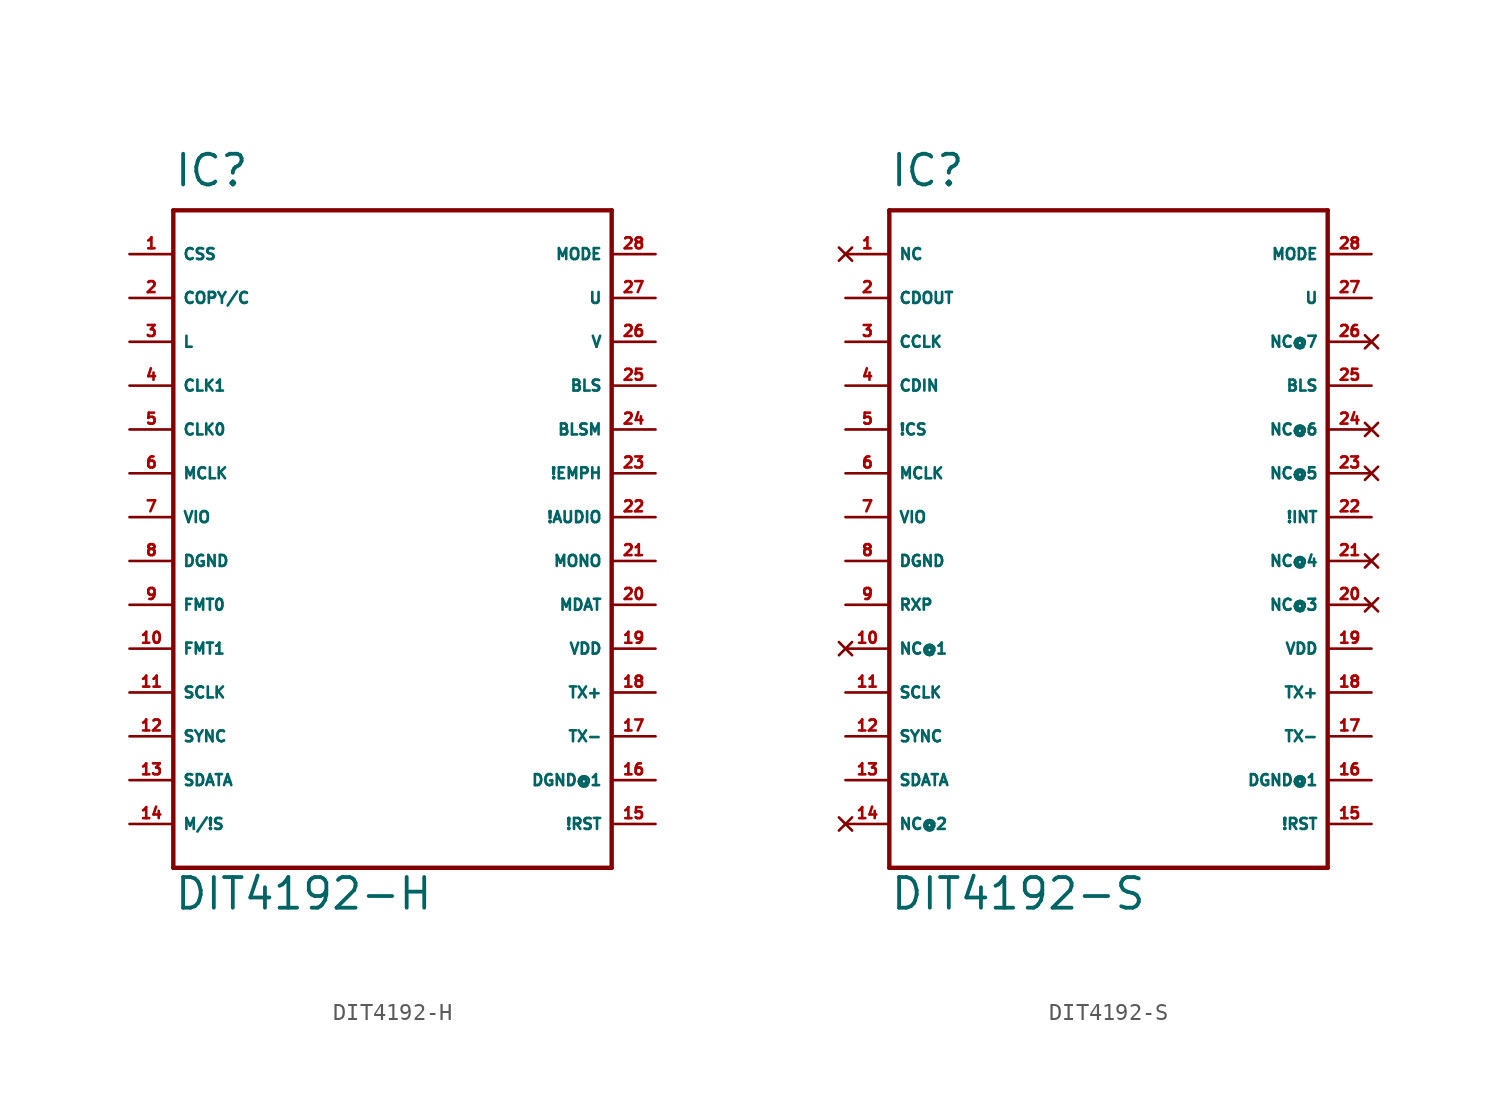
<source format=kicad_sym>
(kicad_symbol_lib
  (version 20220914)
  (generator Eagle2Kicad)
  (symbol "DIT4192-H"
    (property "Reference" "IC"
      (at -12.7 19.05 0)
      (effects (font (size 1.778 1.778) (thickness 0.22)) (justify left bottom)))
    (property "Value" "DIT4192-H"
      (at -12.7 -22.86 0)
      (effects (font (size 1.778 1.778) (thickness 0.22)) (justify left bottom)))
    (polyline
      (pts (xy -12.7 -20.32) (xy 12.7 -20.32))
      (stroke (width 0.254) (type default))
      (fill (type none)))
    (polyline
      (pts (xy 12.7 -20.32) (xy 12.7 17.78))
      (stroke (width 0.254) (type default))
      (fill (type none)))
    (polyline
      (pts (xy 12.7 17.78) (xy -12.7 17.78))
      (stroke (width 0.254) (type default))
      (fill (type none)))
    (polyline
      (pts (xy -12.7 17.78) (xy -12.7 -20.32))
      (stroke (width 0.254) (type default))
      (fill (type none)))
    (pin input line
      (at -15.24 15.24 0)
      (length 2.54)
      (name "CSS" (effects (font (size 0.635 0.635) (thickness 0.08)) (justify left bottom)))
      (number "1" (effects (font (size 0.635 0.635) (thickness 0.08)) (justify left bottom))))
    (pin input line
      (at -15.24 12.7 0)
      (length 2.54)
      (name "COPY/C" (effects (font (size 0.635 0.635) (thickness 0.08)) (justify left bottom)))
      (number "2" (effects (font (size 0.635 0.635) (thickness 0.08)) (justify left bottom))))
    (pin input line
      (at -15.24 10.16 0)
      (length 2.54)
      (name "L" (effects (font (size 0.635 0.635) (thickness 0.08)) (justify left bottom)))
      (number "3" (effects (font (size 0.635 0.635) (thickness 0.08)) (justify left bottom))))
    (pin input line
      (at -15.24 7.62 0)
      (length 2.54)
      (name "CLK1" (effects (font (size 0.635 0.635) (thickness 0.08)) (justify left bottom)))
      (number "4" (effects (font (size 0.635 0.635) (thickness 0.08)) (justify left bottom))))
    (pin input line
      (at -15.24 5.08 0)
      (length 2.54)
      (name "CLK0" (effects (font (size 0.635 0.635) (thickness 0.08)) (justify left bottom)))
      (number "5" (effects (font (size 0.635 0.635) (thickness 0.08)) (justify left bottom))))
    (pin input line
      (at -15.24 2.54 0)
      (length 2.54)
      (name "MCLK" (effects (font (size 0.635 0.635) (thickness 0.08)) (justify left bottom)))
      (number "6" (effects (font (size 0.635 0.635) (thickness 0.08)) (justify left bottom))))
    (pin unspecified line
      (at -15.24 0 0)
      (length 2.54)
      (name "VIO" (effects (font (size 0.635 0.635) (thickness 0.08)) (justify left bottom)))
      (number "7" (effects (font (size 0.635 0.635) (thickness 0.08)) (justify left bottom))))
    (pin unspecified line
      (at -15.24 -2.54 0)
      (length 2.54)
      (name "DGND" (effects (font (size 0.635 0.635) (thickness 0.08)) (justify left bottom)))
      (number "8" (effects (font (size 0.635 0.635) (thickness 0.08)) (justify left bottom))))
    (pin input line
      (at -15.24 -5.08 0)
      (length 2.54)
      (name "FMT0" (effects (font (size 0.635 0.635) (thickness 0.08)) (justify left bottom)))
      (number "9" (effects (font (size 0.635 0.635) (thickness 0.08)) (justify left bottom))))
    (pin input line
      (at -15.24 -7.62 0)
      (length 2.54)
      (name "FMT1" (effects (font (size 0.635 0.635) (thickness 0.08)) (justify left bottom)))
      (number "10" (effects (font (size 0.635 0.635) (thickness 0.08)) (justify left bottom))))
    (pin bidirectional line
      (at -15.24 -10.16 0)
      (length 2.54)
      (name "SCLK" (effects (font (size 0.635 0.635) (thickness 0.08)) (justify left bottom)))
      (number "11" (effects (font (size 0.635 0.635) (thickness 0.08)) (justify left bottom))))
    (pin bidirectional line
      (at -15.24 -12.7 0)
      (length 2.54)
      (name "SYNC" (effects (font (size 0.635 0.635) (thickness 0.08)) (justify left bottom)))
      (number "12" (effects (font (size 0.635 0.635) (thickness 0.08)) (justify left bottom))))
    (pin input line
      (at -15.24 -15.24 0)
      (length 2.54)
      (name "SDATA" (effects (font (size 0.635 0.635) (thickness 0.08)) (justify left bottom)))
      (number "13" (effects (font (size 0.635 0.635) (thickness 0.08)) (justify left bottom))))
    (pin input line
      (at -15.24 -17.78 0)
      (length 2.54)
      (name "M/!S" (effects (font (size 0.635 0.635) (thickness 0.08)) (justify left bottom)))
      (number "14" (effects (font (size 0.635 0.635) (thickness 0.08)) (justify left bottom))))
    (pin input line
      (at 15.24 -17.78 180)
      (length 2.54)
      (name "!RST" (effects (font (size 0.635 0.635) (thickness 0.08)) (justify left bottom)))
      (number "15" (effects (font (size 0.635 0.635) (thickness 0.08)) (justify left bottom))))
    (pin unspecified line
      (at 15.24 -15.24 180)
      (length 2.54)
      (name "DGND@1" (effects (font (size 0.635 0.635) (thickness 0.08)) (justify left bottom)))
      (number "16" (effects (font (size 0.635 0.635) (thickness 0.08)) (justify left bottom))))
    (pin output line
      (at 15.24 -12.7 180)
      (length 2.54)
      (name "TX-" (effects (font (size 0.635 0.635) (thickness 0.08)) (justify left bottom)))
      (number "17" (effects (font (size 0.635 0.635) (thickness 0.08)) (justify left bottom))))
    (pin output line
      (at 15.24 -10.16 180)
      (length 2.54)
      (name "TX+" (effects (font (size 0.635 0.635) (thickness 0.08)) (justify left bottom)))
      (number "18" (effects (font (size 0.635 0.635) (thickness 0.08)) (justify left bottom))))
    (pin unspecified line
      (at 15.24 -7.62 180)
      (length 2.54)
      (name "VDD" (effects (font (size 0.635 0.635) (thickness 0.08)) (justify left bottom)))
      (number "19" (effects (font (size 0.635 0.635) (thickness 0.08)) (justify left bottom))))
    (pin input line
      (at 15.24 -5.08 180)
      (length 2.54)
      (name "MDAT" (effects (font (size 0.635 0.635) (thickness 0.08)) (justify left bottom)))
      (number "20" (effects (font (size 0.635 0.635) (thickness 0.08)) (justify left bottom))))
    (pin input line
      (at 15.24 -2.54 180)
      (length 2.54)
      (name "MONO" (effects (font (size 0.635 0.635) (thickness 0.08)) (justify left bottom)))
      (number "21" (effects (font (size 0.635 0.635) (thickness 0.08)) (justify left bottom))))
    (pin input line
      (at 15.24 0 180)
      (length 2.54)
      (name "!AUDIO" (effects (font (size 0.635 0.635) (thickness 0.08)) (justify left bottom)))
      (number "22" (effects (font (size 0.635 0.635) (thickness 0.08)) (justify left bottom))))
    (pin input line
      (at 15.24 2.54 180)
      (length 2.54)
      (name "!EMPH" (effects (font (size 0.635 0.635) (thickness 0.08)) (justify left bottom)))
      (number "23" (effects (font (size 0.635 0.635) (thickness 0.08)) (justify left bottom))))
    (pin input line
      (at 15.24 5.08 180)
      (length 2.54)
      (name "BLSM" (effects (font (size 0.635 0.635) (thickness 0.08)) (justify left bottom)))
      (number "24" (effects (font (size 0.635 0.635) (thickness 0.08)) (justify left bottom))))
    (pin bidirectional line
      (at 15.24 7.62 180)
      (length 2.54)
      (name "BLS" (effects (font (size 0.635 0.635) (thickness 0.08)) (justify left bottom)))
      (number "25" (effects (font (size 0.635 0.635) (thickness 0.08)) (justify left bottom))))
    (pin input line
      (at 15.24 10.16 180)
      (length 2.54)
      (name "V" (effects (font (size 0.635 0.635) (thickness 0.08)) (justify left bottom)))
      (number "26" (effects (font (size 0.635 0.635) (thickness 0.08)) (justify left bottom))))
    (pin input line
      (at 15.24 12.7 180)
      (length 2.54)
      (name "U" (effects (font (size 0.635 0.635) (thickness 0.08)) (justify left bottom)))
      (number "27" (effects (font (size 0.635 0.635) (thickness 0.08)) (justify left bottom))))
    (pin input line
      (at 15.24 15.24 180)
      (length 2.54)
      (name "MODE" (effects (font (size 0.635 0.635) (thickness 0.08)) (justify left bottom)))
      (number "28" (effects (font (size 0.635 0.635) (thickness 0.08)) (justify left bottom)))))
  (symbol "DIT4192-S"
    (property "Reference" "IC"
      (at -12.7 19.05 0)
      (effects (font (size 1.778 1.778) (thickness 0.22)) (justify left bottom)))
    (property "Value" "DIT4192-S"
      (at -12.7 -22.86 0)
      (effects (font (size 1.778 1.778) (thickness 0.22)) (justify left bottom)))
    (polyline
      (pts (xy -12.7 -20.32) (xy 12.7 -20.32))
      (stroke (width 0.254) (type default))
      (fill (type none)))
    (polyline
      (pts (xy 12.7 -20.32) (xy 12.7 17.78))
      (stroke (width 0.254) (type default))
      (fill (type none)))
    (polyline
      (pts (xy 12.7 17.78) (xy -12.7 17.78))
      (stroke (width 0.254) (type default))
      (fill (type none)))
    (polyline
      (pts (xy -12.7 17.78) (xy -12.7 -20.32))
      (stroke (width 0.254) (type default))
      (fill (type none)))
    (pin no_connect line
      (at -15.24 15.24 0)
      (length 2.54)
      (name "NC" (effects (font (size 0.635 0.635) (thickness 0.08)) (justify left bottom) hide))
      (number "1" (effects (font (size 0.635 0.635) (thickness 0.08)) (justify left bottom) hide)))
    (pin output line
      (at -15.24 12.7 0)
      (length 2.54)
      (name "CDOUT" (effects (font (size 0.635 0.635) (thickness 0.08)) (justify left bottom)))
      (number "2" (effects (font (size 0.635 0.635) (thickness 0.08)) (justify left bottom))))
    (pin input line
      (at -15.24 10.16 0)
      (length 2.54)
      (name "CCLK" (effects (font (size 0.635 0.635) (thickness 0.08)) (justify left bottom)))
      (number "3" (effects (font (size 0.635 0.635) (thickness 0.08)) (justify left bottom))))
    (pin input line
      (at -15.24 7.62 0)
      (length 2.54)
      (name "CDIN" (effects (font (size 0.635 0.635) (thickness 0.08)) (justify left bottom)))
      (number "4" (effects (font (size 0.635 0.635) (thickness 0.08)) (justify left bottom))))
    (pin input line
      (at -15.24 5.08 0)
      (length 2.54)
      (name "!CS" (effects (font (size 0.635 0.635) (thickness 0.08)) (justify left bottom)))
      (number "5" (effects (font (size 0.635 0.635) (thickness 0.08)) (justify left bottom))))
    (pin input line
      (at -15.24 2.54 0)
      (length 2.54)
      (name "MCLK" (effects (font (size 0.635 0.635) (thickness 0.08)) (justify left bottom)))
      (number "6" (effects (font (size 0.635 0.635) (thickness 0.08)) (justify left bottom))))
    (pin unspecified line
      (at -15.24 0 0)
      (length 2.54)
      (name "VIO" (effects (font (size 0.635 0.635) (thickness 0.08)) (justify left bottom)))
      (number "7" (effects (font (size 0.635 0.635) (thickness 0.08)) (justify left bottom))))
    (pin unspecified line
      (at -15.24 -2.54 0)
      (length 2.54)
      (name "DGND" (effects (font (size 0.635 0.635) (thickness 0.08)) (justify left bottom)))
      (number "8" (effects (font (size 0.635 0.635) (thickness 0.08)) (justify left bottom))))
    (pin input line
      (at -15.24 -5.08 0)
      (length 2.54)
      (name "RXP" (effects (font (size 0.635 0.635) (thickness 0.08)) (justify left bottom)))
      (number "9" (effects (font (size 0.635 0.635) (thickness 0.08)) (justify left bottom))))
    (pin no_connect line
      (at -15.24 -7.62 0)
      (length 2.54)
      (name "NC@1" (effects (font (size 0.635 0.635) (thickness 0.08)) (justify left bottom) hide))
      (number "10" (effects (font (size 0.635 0.635) (thickness 0.08)) (justify left bottom) hide)))
    (pin bidirectional line
      (at -15.24 -10.16 0)
      (length 2.54)
      (name "SCLK" (effects (font (size 0.635 0.635) (thickness 0.08)) (justify left bottom)))
      (number "11" (effects (font (size 0.635 0.635) (thickness 0.08)) (justify left bottom))))
    (pin bidirectional line
      (at -15.24 -12.7 0)
      (length 2.54)
      (name "SYNC" (effects (font (size 0.635 0.635) (thickness 0.08)) (justify left bottom)))
      (number "12" (effects (font (size 0.635 0.635) (thickness 0.08)) (justify left bottom))))
    (pin input line
      (at -15.24 -15.24 0)
      (length 2.54)
      (name "SDATA" (effects (font (size 0.635 0.635) (thickness 0.08)) (justify left bottom)))
      (number "13" (effects (font (size 0.635 0.635) (thickness 0.08)) (justify left bottom))))
    (pin no_connect line
      (at -15.24 -17.78 0)
      (length 2.54)
      (name "NC@2" (effects (font (size 0.635 0.635) (thickness 0.08)) (justify left bottom) hide))
      (number "14" (effects (font (size 0.635 0.635) (thickness 0.08)) (justify left bottom) hide)))
    (pin input line
      (at 15.24 -17.78 180)
      (length 2.54)
      (name "!RST" (effects (font (size 0.635 0.635) (thickness 0.08)) (justify left bottom)))
      (number "15" (effects (font (size 0.635 0.635) (thickness 0.08)) (justify left bottom))))
    (pin unspecified line
      (at 15.24 -15.24 180)
      (length 2.54)
      (name "DGND@1" (effects (font (size 0.635 0.635) (thickness 0.08)) (justify left bottom)))
      (number "16" (effects (font (size 0.635 0.635) (thickness 0.08)) (justify left bottom))))
    (pin output line
      (at 15.24 -12.7 180)
      (length 2.54)
      (name "TX-" (effects (font (size 0.635 0.635) (thickness 0.08)) (justify left bottom)))
      (number "17" (effects (font (size 0.635 0.635) (thickness 0.08)) (justify left bottom))))
    (pin output line
      (at 15.24 -10.16 180)
      (length 2.54)
      (name "TX+" (effects (font (size 0.635 0.635) (thickness 0.08)) (justify left bottom)))
      (number "18" (effects (font (size 0.635 0.635) (thickness 0.08)) (justify left bottom))))
    (pin unspecified line
      (at 15.24 -7.62 180)
      (length 2.54)
      (name "VDD" (effects (font (size 0.635 0.635) (thickness 0.08)) (justify left bottom)))
      (number "19" (effects (font (size 0.635 0.635) (thickness 0.08)) (justify left bottom))))
    (pin no_connect line
      (at 15.24 -5.08 180)
      (length 2.54)
      (name "NC@3" (effects (font (size 0.635 0.635) (thickness 0.08)) (justify left bottom) hide))
      (number "20" (effects (font (size 0.635 0.635) (thickness 0.08)) (justify left bottom) hide)))
    (pin no_connect line
      (at 15.24 -2.54 180)
      (length 2.54)
      (name "NC@4" (effects (font (size 0.635 0.635) (thickness 0.08)) (justify left bottom) hide))
      (number "21" (effects (font (size 0.635 0.635) (thickness 0.08)) (justify left bottom) hide)))
    (pin open_collector line
      (at 15.24 0 180)
      (length 2.54)
      (name "!INT" (effects (font (size 0.635 0.635) (thickness 0.08)) (justify left bottom)))
      (number "22" (effects (font (size 0.635 0.635) (thickness 0.08)) (justify left bottom))))
    (pin no_connect line
      (at 15.24 2.54 180)
      (length 2.54)
      (name "NC@5" (effects (font (size 0.635 0.635) (thickness 0.08)) (justify left bottom) hide))
      (number "23" (effects (font (size 0.635 0.635) (thickness 0.08)) (justify left bottom) hide)))
    (pin no_connect line
      (at 15.24 5.08 180)
      (length 2.54)
      (name "NC@6" (effects (font (size 0.635 0.635) (thickness 0.08)) (justify left bottom) hide))
      (number "24" (effects (font (size 0.635 0.635) (thickness 0.08)) (justify left bottom) hide)))
    (pin bidirectional line
      (at 15.24 7.62 180)
      (length 2.54)
      (name "BLS" (effects (font (size 0.635 0.635) (thickness 0.08)) (justify left bottom)))
      (number "25" (effects (font (size 0.635 0.635) (thickness 0.08)) (justify left bottom))))
    (pin no_connect line
      (at 15.24 10.16 180)
      (length 2.54)
      (name "NC@7" (effects (font (size 0.635 0.635) (thickness 0.08)) (justify left bottom) hide))
      (number "26" (effects (font (size 0.635 0.635) (thickness 0.08)) (justify left bottom) hide)))
    (pin input line
      (at 15.24 12.7 180)
      (length 2.54)
      (name "U" (effects (font (size 0.635 0.635) (thickness 0.08)) (justify left bottom)))
      (number "27" (effects (font (size 0.635 0.635) (thickness 0.08)) (justify left bottom))))
    (pin input line
      (at 15.24 15.24 180)
      (length 2.54)
      (name "MODE" (effects (font (size 0.635 0.635) (thickness 0.08)) (justify left bottom)))
      (number "28" (effects (font (size 0.635 0.635) (thickness 0.08)) (justify left bottom))))))
</source>
